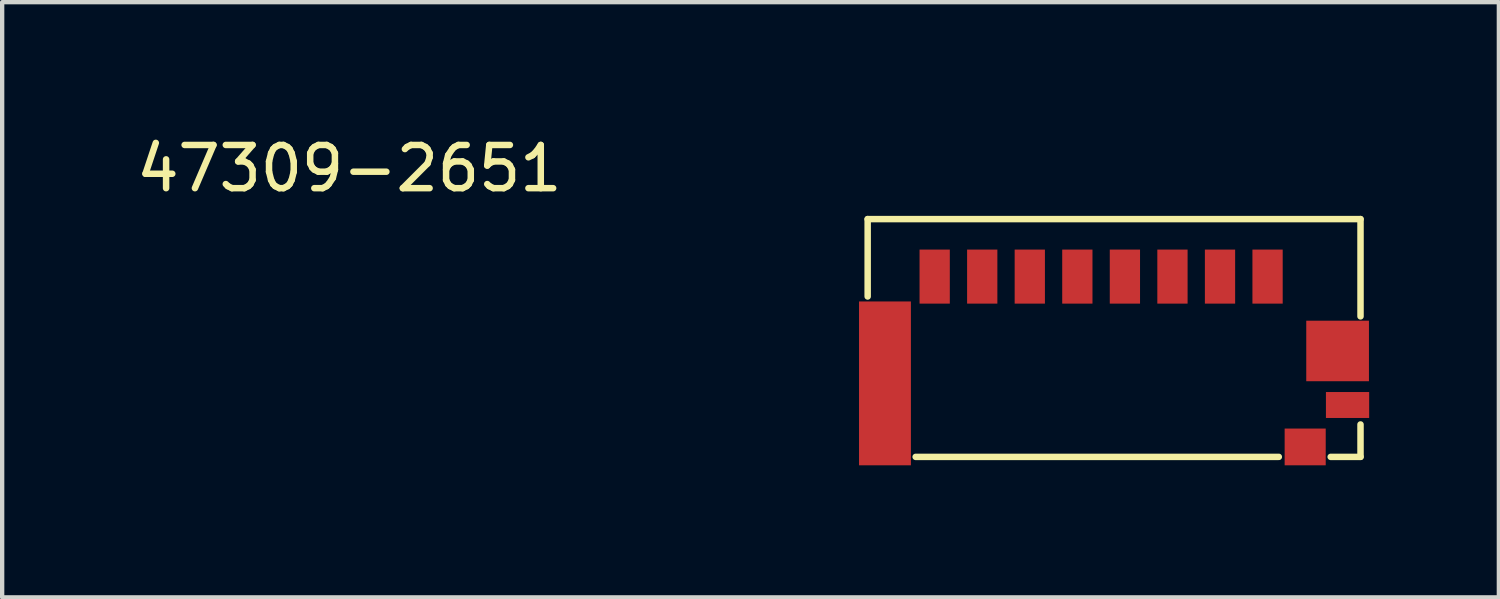
<source format=kicad_pcb>
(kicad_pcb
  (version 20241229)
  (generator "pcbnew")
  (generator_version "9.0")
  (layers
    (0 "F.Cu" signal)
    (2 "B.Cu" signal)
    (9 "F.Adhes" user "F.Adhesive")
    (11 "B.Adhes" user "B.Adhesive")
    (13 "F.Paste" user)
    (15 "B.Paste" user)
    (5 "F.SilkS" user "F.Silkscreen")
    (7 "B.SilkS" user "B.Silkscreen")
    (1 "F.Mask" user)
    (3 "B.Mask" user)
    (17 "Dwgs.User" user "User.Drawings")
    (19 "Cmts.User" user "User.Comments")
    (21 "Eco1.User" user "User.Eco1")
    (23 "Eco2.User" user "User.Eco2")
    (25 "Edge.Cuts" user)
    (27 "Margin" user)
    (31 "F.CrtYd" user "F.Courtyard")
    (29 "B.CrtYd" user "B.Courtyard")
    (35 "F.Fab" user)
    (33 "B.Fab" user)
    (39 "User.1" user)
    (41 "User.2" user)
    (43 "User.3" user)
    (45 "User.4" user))
  (footprint "47309-2651"
    (layer "F.Cu")
    (at 17.02 7.518)
    (property "Reference" "47309-2651" (at -11.99 -6.67 0) (layer "F.SilkS") (effects (font (size 1 1) (thickness 0.15))))
    (attr through_hole)
    (fp_line (start 0 -5.5) (end 0 -3.71) (stroke (width 0.15) (type solid)) (layer "F.SilkS"))
    (fp_line (start 0 -5.5) (end 11.4 -5.5) (stroke (width 0.15) (type solid)) (layer "F.SilkS"))
    (fp_line (start 9.51 0) (end 1.11 0) (stroke (width 0.15) (type solid)) (layer "F.SilkS"))
    (fp_line (start 11.4 -5.5) (end 11.4 -3.25) (stroke (width 0.15) (type solid)) (layer "F.SilkS"))
    (fp_line (start 11.4 0) (end 10.71 0) (stroke (width 0.15) (type solid)) (layer "F.SilkS"))
    (fp_line (start 11.4 0) (end 11.4 -0.75) (stroke (width 0.15) (type solid)) (layer "F.SilkS"))
    (pad "1" smd rect (at 9.25 -4.17) (size 0.7 1.25) (layers "F.Cu" "F.Mask" "F.Paste"))
    (pad "2" smd rect (at 8.15 -4.17) (size 0.7 1.25) (layers "F.Cu" "F.Mask" "F.Paste"))
    (pad "3" smd rect (at 7.05 -4.17) (size 0.7 1.25) (layers "F.Cu" "F.Mask" "F.Paste"))
    (pad "4" smd rect (at 5.95 -4.17) (size 0.7 1.25) (layers "F.Cu" "F.Mask" "F.Paste"))
    (pad "5" smd rect (at 4.85 -4.17) (size 0.7 1.25) (layers "F.Cu" "F.Mask" "F.Paste"))
    (pad "6" smd rect (at 3.75 -4.17) (size 0.7 1.25) (layers "F.Cu" "F.Mask" "F.Paste"))
    (pad "7" smd rect (at 2.65 -4.17) (size 0.7 1.25) (layers "F.Cu" "F.Mask" "F.Paste"))
    (pad "8" smd rect (at 1.55 -4.17) (size 0.7 1.25) (layers "F.Cu" "F.Mask" "F.Paste"))
    (pad "9" smd rect (at 11.1 -1.2) (size 1 0.6) (layers "F.Cu" "F.Mask" "F.Paste"))
    (pad "10" smd rect (at 10.12 -0.23) (size 0.95 0.85) (layers "F.Cu" "F.Mask" "F.Paste"))
    (pad "11" smd rect (at 10.87 -2.45) (size 1.45 1.4) (layers "F.Cu" "F.Mask" "F.Paste"))
    (pad "12" smd rect (at 0.4 -1.7) (size 1.2 3.79) (layers "F.Cu" "F.Mask" "F.Paste")))
  (gr_rect
    (start -3 -3)
    (end 31.62 10.768)
    (stroke (width 0.1) (type default))
    (fill no)
    (layer "Edge.Cuts")))
</source>
